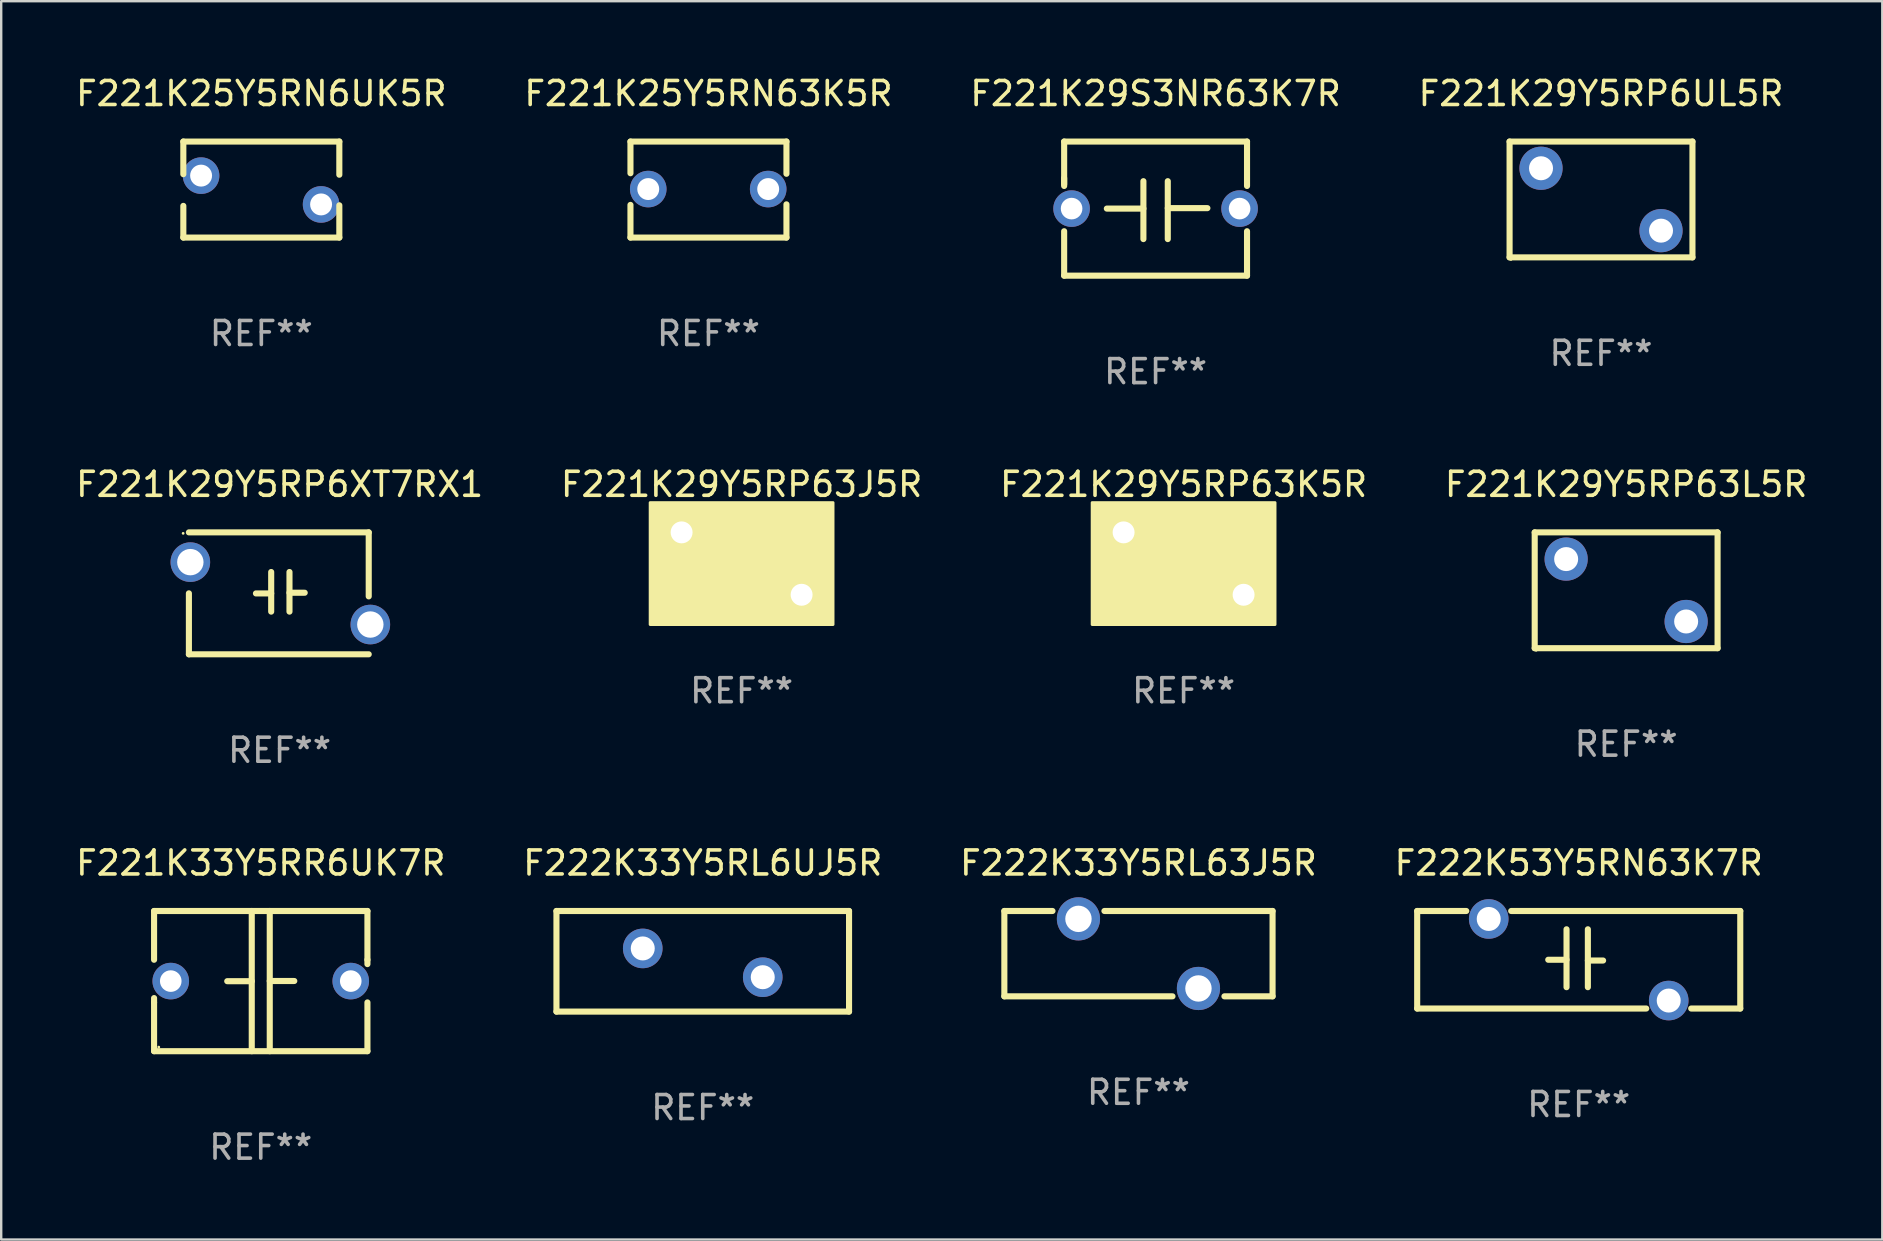
<source format=kicad_pcb>
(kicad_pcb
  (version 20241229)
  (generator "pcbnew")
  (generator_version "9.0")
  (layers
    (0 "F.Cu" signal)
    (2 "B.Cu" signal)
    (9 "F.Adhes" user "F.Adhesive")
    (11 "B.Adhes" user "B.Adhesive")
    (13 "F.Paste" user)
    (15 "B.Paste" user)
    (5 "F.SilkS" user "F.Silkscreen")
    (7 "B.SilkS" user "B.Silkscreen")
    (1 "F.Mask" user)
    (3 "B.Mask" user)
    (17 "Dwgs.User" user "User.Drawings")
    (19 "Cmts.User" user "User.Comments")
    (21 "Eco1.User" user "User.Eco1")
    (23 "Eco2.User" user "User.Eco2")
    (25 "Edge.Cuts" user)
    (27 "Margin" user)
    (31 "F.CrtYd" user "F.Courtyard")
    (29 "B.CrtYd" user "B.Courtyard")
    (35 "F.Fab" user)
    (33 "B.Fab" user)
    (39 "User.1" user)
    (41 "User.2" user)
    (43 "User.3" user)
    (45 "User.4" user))
  (footprint "F221K29Y5RP63L5R"
    (layer "F.Cu")
    (at 64.708 21.546)
    (property "Reference" "F221K29Y5RP63L5R" (at 0 -4.413 0) (layer "F.SilkS") (effects (font (size 1 1) (thickness 0.15))))
    (attr through_hole)
    (fp_line (start -3.81 -2.413) (end -3.81 2.413) (stroke (width 0.254) (type solid)) (layer "F.SilkS"))
    (fp_line (start -3.81 2.413) (end 3.81 2.413) (stroke (width 0.254) (type solid)) (layer "F.SilkS"))
    (fp_line (start 3.81 -2.413) (end -3.81 -2.413) (stroke (width 0.254) (type solid)) (layer "F.SilkS"))
    (fp_line (start 3.81 2.413) (end 3.81 -2.413) (stroke (width 0.254) (type solid)) (layer "F.SilkS"))
    (fp_circle (center -3.75 2.5) (end -3.72 2.5) (stroke (width 0.06) (type solid)) (fill no) (layer "F.SilkS"))
    (fp_text user "REF**" (at 0 6.413 0) (layer "F.Fab") (effects (font (size 1 1) (thickness 0.15))))
    (pad "1" thru_hole circle (at -2.5 -1.3) (size 1.8 1.8) (drill 1) (layers "*.Cu" "*.Mask"))
    (pad "2" thru_hole circle (at 2.5 1.3) (size 1.8 1.8) (drill 1) (layers "*.Cu" "*.Mask")))
  (footprint "F221K25Y5RN63K5R"
    (layer "F.Cu")
    (at 26.47 4.848)
    (property "Reference" "F221K25Y5RN63K5R" (at 0 -4 0) (layer "F.SilkS") (effects (font (size 1 1) (thickness 0.15))))
    (attr through_hole)
    (fp_line (start -3.25 -2) (end -3.25 -0.68) (stroke (width 0.254) (type solid)) (layer "F.SilkS"))
    (fp_line (start -3.25 -2) (end 3.25 -2) (stroke (width 0.254) (type solid)) (layer "F.SilkS"))
    (fp_line (start -3.25 0.64) (end -3.25 2) (stroke (width 0.254) (type solid)) (layer "F.SilkS"))
    (fp_line (start 3.25 -2) (end 3.25 -0.657) (stroke (width 0.254) (type solid)) (layer "F.SilkS"))
    (fp_line (start 3.25 0.617) (end 3.25 2) (stroke (width 0.254) (type solid)) (layer "F.SilkS"))
    (fp_line (start 3.25 2) (end -3.25 2) (stroke (width 0.254) (type solid)) (layer "F.SilkS"))
    (fp_circle (center -3.26 1.98) (end -3.23 1.98) (stroke (width 0.06) (type solid)) (fill no) (layer "F.SilkS"))
    (fp_text user "REF**" (at 0 6 0) (layer "F.Fab") (effects (font (size 1 1) (thickness 0.15))))
    (pad "1" thru_hole circle (at -2.509 -0.02) (size 1.524 1.524) (drill 0.914) (layers "*.Cu" "*.Mask"))
    (pad "2" thru_hole circle (at 2.489 -0.02) (size 1.524 1.524) (drill 0.914) (layers "*.Cu" "*.Mask")))
  (footprint "F222K33Y5RL63J5R"
    (layer "F.Cu")
    (at 44.387 36.687)
    (property "Reference" "F222K33Y5RL63J5R" (at 0 -3.778 0) (layer "F.SilkS") (effects (font (size 1 1) (thickness 0.15))))
    (attr through_hole)
    (fp_line (start -5.588 -1.778) (end -3.582 -1.778) (stroke (width 0.254) (type solid)) (layer "F.SilkS"))
    (fp_line (start -5.588 1.778) (end -5.588 -1.778) (stroke (width 0.254) (type solid)) (layer "F.SilkS"))
    (fp_line (start -1.418 -1.778) (end 5.588 -1.778) (stroke (width 0.254) (type solid)) (layer "F.SilkS"))
    (fp_line (start 1.418 1.778) (end -5.588 1.778) (stroke (width 0.254) (type solid)) (layer "F.SilkS"))
    (fp_line (start 5.588 -1.778) (end 5.588 1.778) (stroke (width 0.254) (type solid)) (layer "F.SilkS"))
    (fp_line (start 5.588 1.778) (end 3.582 1.778) (stroke (width 0.254) (type solid)) (layer "F.SilkS"))
    (fp_circle (center -5.5 -1.75) (end -5.47 -1.75) (stroke (width 0.06) (type solid)) (fill no) (layer "F.SilkS"))
    (fp_text user "REF**" (at 0 5.778 0) (layer "F.Fab") (effects (font (size 1 1) (thickness 0.15))))
    (pad "1" thru_hole circle (at -2.5 -1.45) (size 1.8 1.8) (drill 1.1) (layers "*.Cu" "*.Mask"))
    (pad "2" thru_hole circle (at 2.5 1.45) (size 1.8 1.8) (drill 1.1) (layers "*.Cu" "*.Mask")))
  (footprint "F221K33Y5RR6UK7R"
    (layer "F.Cu")
    (at 7.815 37.83)
    (property "Reference" "F221K33Y5RR6UK7R" (at 0 -4.921 0) (layer "F.SilkS") (effects (font (size 1 1) (thickness 0.15))))
    (attr through_hole)
    (fp_line (start -4.445 -2.921) (end 4.445 -2.921) (stroke (width 0.254) (type solid)) (layer "F.SilkS"))
    (fp_line (start -4.445 -0.889) (end -4.445 -2.921) (stroke (width 0.254) (type solid)) (layer "F.SilkS"))
    (fp_line (start -4.445 0.889) (end -4.445 0.708) (stroke (width 0.254) (type solid)) (layer "F.SilkS"))
    (fp_line (start -4.445 2.921) (end -4.445 0.889) (stroke (width 0.254) (type solid)) (layer "F.SilkS"))
    (fp_line (start -0.375 0.004) (end -1.397 0.004) (stroke (width 0.254) (type solid)) (layer "F.SilkS"))
    (fp_line (start -0.375 2.921) (end -0.375 -2.921) (stroke (width 0.254) (type solid)) (layer "F.SilkS"))
    (fp_line (start 0.375 -2.921) (end 0.375 2.921) (stroke (width 0.254) (type solid)) (layer "F.SilkS"))
    (fp_line (start 0.375 -0.004) (end 1.397 -0.004) (stroke (width 0.254) (type solid)) (layer "F.SilkS"))
    (fp_line (start 4.445 -2.921) (end 4.445 -0.889) (stroke (width 0.254) (type solid)) (layer "F.SilkS"))
    (fp_line (start 4.445 -0.889) (end 4.445 -0.708) (stroke (width 0.254) (type solid)) (layer "F.SilkS"))
    (fp_line (start 4.445 0.889) (end 4.445 2.921) (stroke (width 0.254) (type solid)) (layer "F.SilkS"))
    (fp_line (start 4.445 2.921) (end -4.445 2.921) (stroke (width 0.254) (type solid)) (layer "F.SilkS"))
    (fp_circle (center -4.25 2.75) (end -4.22 2.75) (stroke (width 0.06) (type solid)) (fill no) (layer "F.SilkS"))
    (fp_text user "REF**" (at 0 6.921 0) (layer "F.Fab") (effects (font (size 1 1) (thickness 0.15))))
    (pad "1" thru_hole circle (at -3.75 0) (size 1.524 1.524) (drill 0.9) (layers "*.Cu" "*.Mask"))
    (pad "2" thru_hole circle (at 3.75 0) (size 1.524 1.524) (drill 0.9) (layers "*.Cu" "*.Mask")))
  (footprint "F221K29Y5RP63J5R"
    (layer "F.Cu")
    (at 27.851 20.433)
    (property "Reference" "F221K29Y5RP63J5R" (at 0 -3.3 0) (layer "F.SilkS") (effects (font (size 1 1) (thickness 0.15))))
    (attr through_hole)
    (fp_circle (center -3.75 -2.5) (end -3.72 -2.5) (stroke (width 0.06) (type solid)) (fill no) (layer "F.SilkS"))
    (fp_poly (pts (xy -3.81 -2.54) (xy 3.81 -2.54) (xy 3.81 2.54) (xy -3.81 2.54)) (stroke (width 0.12) (type solid)) (fill yes) (layer "F.SilkS"))
    (fp_text user "REF**" (at 0 5.3 0) (layer "F.Fab") (effects (font (size 1 1) (thickness 0.15))))
    (pad "1" thru_hole circle (at -2.5 -1.3) (size 1.524 1.524) (drill 0.914) (layers "*.Cu" "*.Mask"))
    (pad "2" thru_hole circle (at 2.5 1.3) (size 1.524 1.524) (drill 0.914) (layers "*.Cu" "*.Mask")))
  (footprint "F221K25Y5RN6UK5R"
    (layer "F.Cu")
    (at 7.839 4.848)
    (property "Reference" "F221K25Y5RN6UK5R" (at 0 -4 0) (layer "F.SilkS") (effects (font (size 1 1) (thickness 0.15))))
    (attr through_hole)
    (fp_line (start -3.25 -0.64) (end -3.25 -2) (stroke (width 0.254) (type solid)) (layer "F.SilkS"))
    (fp_line (start -3.25 2) (end -3.25 0.68) (stroke (width 0.254) (type solid)) (layer "F.SilkS"))
    (fp_line (start -3.25 2) (end 3.25 2) (stroke (width 0.254) (type solid)) (layer "F.SilkS"))
    (fp_line (start 3.25 -2) (end -3.25 -2) (stroke (width 0.254) (type solid)) (layer "F.SilkS"))
    (fp_line (start 3.25 -0.617) (end 3.25 -2) (stroke (width 0.254) (type solid)) (layer "F.SilkS"))
    (fp_line (start 3.25 2) (end 3.25 0.657) (stroke (width 0.254) (type solid)) (layer "F.SilkS"))
    (fp_circle (center -3.26 -1.98) (end -3.23 -1.98) (stroke (width 0.06) (type solid)) (fill no) (layer "F.SilkS"))
    (fp_text user "REF**" (at 0 6 0) (layer "F.Fab") (effects (font (size 1 1) (thickness 0.15))))
    (pad "1" thru_hole circle (at -2.51 -0.58) (size 1.524 1.524) (drill 0.914) (layers "*.Cu" "*.Mask"))
    (pad "2" thru_hole circle (at 2.49 0.62) (size 1.524 1.524) (drill 0.914) (layers "*.Cu" "*.Mask")))
  (footprint "F221K29Y5RP6XT7RX1"
    (layer "F.Cu")
    (at 8.601 21.673)
    (property "Reference" "F221K29Y5RP6XT7RX1" (at 0 -4.54 0) (layer "F.SilkS") (effects (font (size 1 1) (thickness 0.15))))
    (attr through_hole)
    (fp_line (start -3.78 -2.54) (end 3.713 -2.54) (stroke (width 0.254) (type solid)) (layer "F.SilkS"))
    (fp_line (start -3.78 2.54) (end -3.78 0) (stroke (width 0.254) (type solid)) (layer "F.SilkS"))
    (fp_line (start -3.78 2.54) (end 3.713 2.54) (stroke (width 0.254) (type solid)) (layer "F.SilkS"))
    (fp_line (start -0.351 0.004) (end -0.986 0.004) (stroke (width 0.254) (type solid)) (layer "F.SilkS"))
    (fp_line (start -0.351 0.762) (end -0.351 -0.889) (stroke (width 0.254) (type solid)) (layer "F.SilkS"))
    (fp_line (start 0.411 -0.025) (end 1.046 -0.025) (stroke (width 0.254) (type solid)) (layer "F.SilkS"))
    (fp_line (start 0.411 0.762) (end 0.411 -0.889) (stroke (width 0.254) (type solid)) (layer "F.SilkS"))
    (fp_line (start 3.713 -2.54) (end 3.713 0.127) (stroke (width 0.254) (type solid)) (layer "F.SilkS"))
    (fp_circle (center -4.02 -2.5) (end -3.99 -2.5) (stroke (width 0.06) (type solid)) (fill no) (layer "F.SilkS"))
    (fp_text user "REF**" (at 0 6.54 0) (layer "F.Fab") (effects (font (size 1 1) (thickness 0.15))))
    (pad "1" thru_hole circle (at -3.72 -1.3) (size 1.65 1.65) (drill 1.1) (layers "*.Cu" "*.Mask"))
    (pad "2" thru_hole circle (at 3.78 1.3) (size 1.65 1.65) (drill 1.1) (layers "*.Cu" "*.Mask")))
  (footprint "F221K29S3NR63K7R"
    (layer "F.Cu")
    (at 45.101 5.642)
    (property "Reference" "F221K29S3NR63K7R" (at 0 -4.794 0) (layer "F.SilkS") (effects (font (size 1 1) (thickness 0.15))))
    (attr through_hole)
    (fp_line (start -3.81 -2.794) (end 3.81 -2.794) (stroke (width 0.254) (type solid)) (layer "F.SilkS"))
    (fp_line (start -3.81 -1.016) (end -3.81 -2.794) (stroke (width 0.254) (type solid)) (layer "F.SilkS"))
    (fp_line (start -3.81 -0.943) (end -3.81 -1.27) (stroke (width 0.254) (type solid)) (layer "F.SilkS"))
    (fp_line (start -3.81 2.794) (end -3.81 0.943) (stroke (width 0.254) (type solid)) (layer "F.SilkS"))
    (fp_line (start -0.508 -1.143) (end -0.508 1.27) (stroke (width 0.254) (type solid)) (layer "F.SilkS"))
    (fp_line (start -0.508 -0.000406) (end -2.032 -0.000406) (stroke (width 0.254) (type solid)) (layer "F.SilkS"))
    (fp_line (start 0.508 -1.143) (end 0.508 1.27) (stroke (width 0.254) (type solid)) (layer "F.SilkS"))
    (fp_line (start 0.508 -0.019) (end 2.159 -0.019) (stroke (width 0.254) (type solid)) (layer "F.SilkS"))
    (fp_line (start 3.81 -2.794) (end 3.81 -0.943) (stroke (width 0.254) (type solid)) (layer "F.SilkS"))
    (fp_line (start 3.81 0.943) (end 3.81 2.794) (stroke (width 0.254) (type solid)) (layer "F.SilkS"))
    (fp_line (start 3.81 2.794) (end -3.81 2.794) (stroke (width 0.254) (type solid)) (layer "F.SilkS"))
    (fp_circle (center -3.8 2.75) (end -3.77 2.75) (stroke (width 0.06) (type solid)) (fill no) (layer "F.SilkS"))
    (fp_text user "REF**" (at 0 6.794 0) (layer "F.Fab") (effects (font (size 1 1) (thickness 0.15))))
    (pad "1" thru_hole circle (at -3.5 0) (size 1.524 1.524) (drill 0.9) (layers "*.Cu" "*.Mask"))
    (pad "2" thru_hole circle (at 3.5 0) (size 1.524 1.524) (drill 0.9) (layers "*.Cu" "*.Mask")))
  (footprint "F222K53Y5RN63K7R"
    (layer "F.Cu")
    (at 62.732 36.941)
    (property "Reference" "F222K53Y5RN63K7R" (at 0 -4.032 0) (layer "F.SilkS") (effects (font (size 1 1) (thickness 0.15))))
    (attr through_hole)
    (fp_line (start -6.731 -2.032) (end -4.686 -2.032) (stroke (width 0.254) (type solid)) (layer "F.SilkS"))
    (fp_line (start -6.731 2.032) (end -6.731 -2.032) (stroke (width 0.254) (type solid)) (layer "F.SilkS"))
    (fp_line (start -2.814 -2.032) (end 6.731 -2.032) (stroke (width 0.254) (type solid)) (layer "F.SilkS"))
    (fp_line (start -1.27 0) (end -0.508 0) (stroke (width 0.254) (type solid)) (layer "F.SilkS"))
    (fp_line (start -0.508 1.143) (end -0.508 -1.27) (stroke (width 0.254) (type solid)) (layer "F.SilkS"))
    (fp_line (start 0.381 0.032) (end 1.016 0.032) (stroke (width 0.254) (type solid)) (layer "F.SilkS"))
    (fp_line (start 0.381 1.143) (end 0.381 -1.27) (stroke (width 0.254) (type solid)) (layer "F.SilkS"))
    (fp_line (start 2.814 2.032) (end -6.731 2.032) (stroke (width 0.254) (type solid)) (layer "F.SilkS"))
    (fp_line (start 6.731 -2.032) (end 6.731 2.032) (stroke (width 0.254) (type solid)) (layer "F.SilkS"))
    (fp_line (start 6.731 2.032) (end 4.686 2.032) (stroke (width 0.254) (type solid)) (layer "F.SilkS"))
    (fp_circle (center -6.75 -2) (end -6.72 -2) (stroke (width 0.06) (type solid)) (fill no) (layer "F.SilkS"))
    (fp_text user "REF**" (at 0 6.032 0) (layer "F.Fab") (effects (font (size 1 1) (thickness 0.15))))
    (pad "1" thru_hole circle (at -3.75 -1.7) (size 1.65 1.65) (drill 1) (layers "*.Cu" "*.Mask"))
    (pad "2" thru_hole circle (at 3.75 1.7) (size 1.65 1.65) (drill 1) (layers "*.Cu" "*.Mask")))
  (footprint "F221K29Y5RP63K5R"
    (layer "F.Cu")
    (at 46.268 20.433)
    (property "Reference" "F221K29Y5RP63K5R" (at 0 -3.3 0) (layer "F.SilkS") (effects (font (size 1 1) (thickness 0.15))))
    (attr through_hole)
    (fp_circle (center -3.75 -2.5) (end -3.72 -2.5) (stroke (width 0.06) (type solid)) (fill no) (layer "F.SilkS"))
    (fp_poly (pts (xy -3.81 -2.54) (xy 3.81 -2.54) (xy 3.81 2.54) (xy -3.81 2.54)) (stroke (width 0.12) (type solid)) (fill yes) (layer "F.SilkS"))
    (fp_text user "REF**" (at 0 5.3 0) (layer "F.Fab") (effects (font (size 1 1) (thickness 0.15))))
    (pad "1" thru_hole circle (at -2.5 -1.3) (size 1.524 1.524) (drill 0.914) (layers "*.Cu" "*.Mask"))
    (pad "2" thru_hole circle (at 2.5 1.3) (size 1.524 1.524) (drill 0.914) (layers "*.Cu" "*.Mask")))
  (footprint "F222K33Y5RL6UJ5R"
    (layer "F.Cu")
    (at 26.232 37.005)
    (property "Reference" "F222K33Y5RL6UJ5R" (at 0 -4.096 0) (layer "F.SilkS") (effects (font (size 1 1) (thickness 0.15))))
    (attr through_hole)
    (fp_line (start -6.096 -2.096) (end -6.096 2.096) (stroke (width 0.254) (type solid)) (layer "F.SilkS"))
    (fp_line (start -6.096 2.096) (end 6.096 2.096) (stroke (width 0.254) (type solid)) (layer "F.SilkS"))
    (fp_line (start 6.096 -2.096) (end -6.096 -2.096) (stroke (width 0.254) (type solid)) (layer "F.SilkS"))
    (fp_line (start 6.096 2.096) (end 6.096 -2.096) (stroke (width 0.254) (type solid)) (layer "F.SilkS"))
    (fp_circle (center -6 2.063) (end -5.97 2.063) (stroke (width 0.06) (type solid)) (fill no) (layer "F.SilkS"))
    (fp_text user "REF**" (at 0 6.096 0) (layer "F.Fab") (effects (font (size 1 1) (thickness 0.15))))
    (pad "1" thru_hole circle (at -2.5 -0.536) (size 1.65 1.65) (drill 1) (layers "*.Cu" "*.Mask"))
    (pad "2" thru_hole circle (at 2.5 0.663) (size 1.65 1.65) (drill 1) (layers "*.Cu" "*.Mask")))
  (footprint "F221K29Y5RP6UL5R"
    (layer "F.Cu")
    (at 63.661 5.261)
    (property "Reference" "F221K29Y5RP6UL5R" (at 0 -4.413 0) (layer "F.SilkS") (effects (font (size 1 1) (thickness 0.15))))
    (attr through_hole)
    (fp_line (start -3.81 -2.413) (end -3.81 2.413) (stroke (width 0.254) (type solid)) (layer "F.SilkS"))
    (fp_line (start -3.81 2.413) (end 3.81 2.413) (stroke (width 0.254) (type solid)) (layer "F.SilkS"))
    (fp_line (start 3.81 -2.413) (end -3.81 -2.413) (stroke (width 0.254) (type solid)) (layer "F.SilkS"))
    (fp_line (start 3.81 2.413) (end 3.81 -2.413) (stroke (width 0.254) (type solid)) (layer "F.SilkS"))
    (fp_circle (center -3.75 2.5) (end -3.72 2.5) (stroke (width 0.06) (type solid)) (fill no) (layer "F.SilkS"))
    (fp_text user "REF**" (at 0 6.413 0) (layer "F.Fab") (effects (font (size 1 1) (thickness 0.15))))
    (pad "1" thru_hole circle (at -2.5 -1.3) (size 1.8 1.8) (drill 1) (layers "*.Cu" "*.Mask"))
    (pad "2" thru_hole circle (at 2.5 1.3) (size 1.8 1.8) (drill 1) (layers "*.Cu" "*.Mask")))
  (gr_rect
    (start -3 -3)
    (end 75.381 48.6)
    (stroke (width 0.1) (type default))
    (fill no)
    (layer "Edge.Cuts")))
</source>
